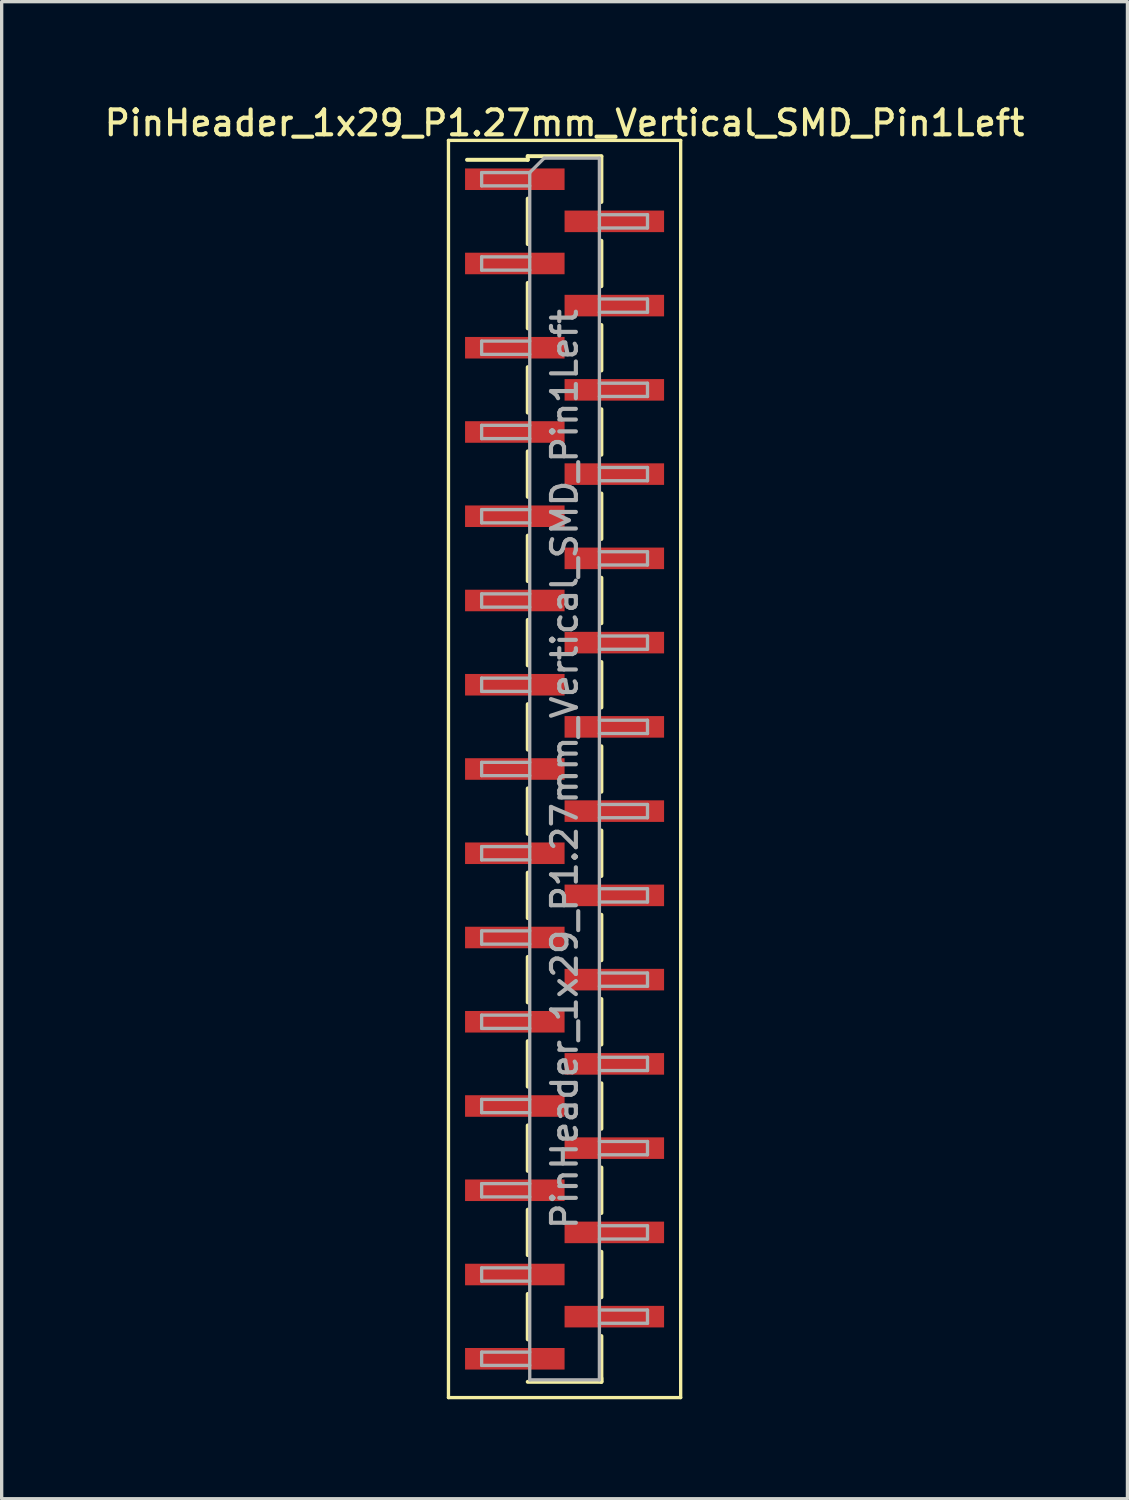
<source format=kicad_pcb>
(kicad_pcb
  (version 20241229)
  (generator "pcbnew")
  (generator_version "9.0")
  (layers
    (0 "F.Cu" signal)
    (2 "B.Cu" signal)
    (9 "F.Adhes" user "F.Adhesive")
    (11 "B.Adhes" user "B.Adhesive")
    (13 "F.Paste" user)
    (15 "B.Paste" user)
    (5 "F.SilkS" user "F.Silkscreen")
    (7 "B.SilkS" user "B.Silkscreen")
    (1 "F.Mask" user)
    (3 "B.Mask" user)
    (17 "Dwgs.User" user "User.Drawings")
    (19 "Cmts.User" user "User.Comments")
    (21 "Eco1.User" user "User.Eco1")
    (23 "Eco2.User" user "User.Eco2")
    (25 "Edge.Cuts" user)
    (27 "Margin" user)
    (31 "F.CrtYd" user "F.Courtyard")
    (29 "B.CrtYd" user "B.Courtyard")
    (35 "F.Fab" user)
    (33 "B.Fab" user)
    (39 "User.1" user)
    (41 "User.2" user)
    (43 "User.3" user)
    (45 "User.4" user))
  (footprint "PinHeader_1x29_P1.27mm_Vertical_SMD_Pin1Left"
    (layer "F.Cu")
    (at 13.97 20.133)
    (property "Reference" "PinHeader_1x29_P1.27mm_Vertical_SMD_Pin1Left" (at 0 -19.475 0) (layer "F.SilkS") (effects (font (size 0.75 0.75) (thickness 0.125))))
    (attr smd)
    (fp_line (start -3.5 -18.95) (end -3.5 18.95) (stroke (width 0.1) (type solid)) (layer "F.SilkS"))
    (fp_line (start -3.5 18.95) (end 3.5 18.95) (stroke (width 0.1) (type solid)) (layer "F.SilkS"))
    (fp_line (start -1.11 -18.475) (end -1.11 -18.365) (stroke (width 0.12) (type solid)) (layer "F.SilkS"))
    (fp_line (start -1.11 -18.475) (end 1.11 -18.475) (stroke (width 0.12) (type solid)) (layer "F.SilkS"))
    (fp_line (start -1.11 -18.365) (end -2.94 -18.365) (stroke (width 0.12) (type solid)) (layer "F.SilkS"))
    (fp_line (start -1.11 -17.195) (end -1.11 -15.825) (stroke (width 0.12) (type solid)) (layer "F.SilkS"))
    (fp_line (start -1.11 -14.655) (end -1.11 -13.285) (stroke (width 0.12) (type solid)) (layer "F.SilkS"))
    (fp_line (start -1.11 -12.115) (end -1.11 -10.745) (stroke (width 0.12) (type solid)) (layer "F.SilkS"))
    (fp_line (start -1.11 -9.575) (end -1.11 -8.205) (stroke (width 0.12) (type solid)) (layer "F.SilkS"))
    (fp_line (start -1.11 -7.035) (end -1.11 -5.665) (stroke (width 0.12) (type solid)) (layer "F.SilkS"))
    (fp_line (start -1.11 -4.495) (end -1.11 -3.125) (stroke (width 0.12) (type solid)) (layer "F.SilkS"))
    (fp_line (start -1.11 -1.955) (end -1.11 -0.585) (stroke (width 0.12) (type solid)) (layer "F.SilkS"))
    (fp_line (start -1.11 0.585) (end -1.11 1.955) (stroke (width 0.12) (type solid)) (layer "F.SilkS"))
    (fp_line (start -1.11 3.125) (end -1.11 4.495) (stroke (width 0.12) (type solid)) (layer "F.SilkS"))
    (fp_line (start -1.11 5.665) (end -1.11 7.035) (stroke (width 0.12) (type solid)) (layer "F.SilkS"))
    (fp_line (start -1.11 8.205) (end -1.11 9.575) (stroke (width 0.12) (type solid)) (layer "F.SilkS"))
    (fp_line (start -1.11 10.745) (end -1.11 12.115) (stroke (width 0.12) (type solid)) (layer "F.SilkS"))
    (fp_line (start -1.11 13.285) (end -1.11 14.655) (stroke (width 0.12) (type solid)) (layer "F.SilkS"))
    (fp_line (start -1.11 15.825) (end -1.11 17.195) (stroke (width 0.12) (type solid)) (layer "F.SilkS"))
    (fp_line (start -1.11 18.475) (end 1.11 18.475) (stroke (width 0.12) (type solid)) (layer "F.SilkS"))
    (fp_line (start 1.11 -18.465) (end 1.11 -17.095) (stroke (width 0.12) (type solid)) (layer "F.SilkS"))
    (fp_line (start 1.11 -15.925) (end 1.11 -14.555) (stroke (width 0.12) (type solid)) (layer "F.SilkS"))
    (fp_line (start 1.11 -13.385) (end 1.11 -12.015) (stroke (width 0.12) (type solid)) (layer "F.SilkS"))
    (fp_line (start 1.11 -10.845) (end 1.11 -9.475) (stroke (width 0.12) (type solid)) (layer "F.SilkS"))
    (fp_line (start 1.11 -8.305) (end 1.11 -6.935) (stroke (width 0.12) (type solid)) (layer "F.SilkS"))
    (fp_line (start 1.11 -5.765) (end 1.11 -4.395) (stroke (width 0.12) (type solid)) (layer "F.SilkS"))
    (fp_line (start 1.11 -3.225) (end 1.11 -1.855) (stroke (width 0.12) (type solid)) (layer "F.SilkS"))
    (fp_line (start 1.11 -0.685) (end 1.11 0.685) (stroke (width 0.12) (type solid)) (layer "F.SilkS"))
    (fp_line (start 1.11 1.855) (end 1.11 3.225) (stroke (width 0.12) (type solid)) (layer "F.SilkS"))
    (fp_line (start 1.11 4.395) (end 1.11 5.765) (stroke (width 0.12) (type solid)) (layer "F.SilkS"))
    (fp_line (start 1.11 6.935) (end 1.11 8.305) (stroke (width 0.12) (type solid)) (layer "F.SilkS"))
    (fp_line (start 1.11 9.475) (end 1.11 10.845) (stroke (width 0.12) (type solid)) (layer "F.SilkS"))
    (fp_line (start 1.11 12.015) (end 1.11 13.385) (stroke (width 0.12) (type solid)) (layer "F.SilkS"))
    (fp_line (start 1.11 14.555) (end 1.11 15.925) (stroke (width 0.12) (type solid)) (layer "F.SilkS"))
    (fp_line (start 1.11 17.095) (end 1.11 18.465) (stroke (width 0.12) (type solid)) (layer "F.SilkS"))
    (fp_line (start 1.11 18.365) (end 1.11 18.475) (stroke (width 0.12) (type solid)) (layer "F.SilkS"))
    (fp_line (start 3.5 -18.95) (end -3.5 -18.95) (stroke (width 0.1) (type solid)) (layer "F.SilkS"))
    (fp_line (start 3.5 18.95) (end 3.5 -18.95) (stroke (width 0.1) (type solid)) (layer "F.SilkS"))
    (fp_line (start -2.5 -17.98) (end -2.5 -17.58) (stroke (width 0.1) (type solid)) (layer "F.Fab"))
    (fp_line (start -2.5 -17.58) (end -1.05 -17.58) (stroke (width 0.1) (type solid)) (layer "F.Fab"))
    (fp_line (start -2.5 -15.44) (end -2.5 -15.04) (stroke (width 0.1) (type solid)) (layer "F.Fab"))
    (fp_line (start -2.5 -15.04) (end -1.05 -15.04) (stroke (width 0.1) (type solid)) (layer "F.Fab"))
    (fp_line (start -2.5 -12.9) (end -2.5 -12.5) (stroke (width 0.1) (type solid)) (layer "F.Fab"))
    (fp_line (start -2.5 -12.5) (end -1.05 -12.5) (stroke (width 0.1) (type solid)) (layer "F.Fab"))
    (fp_line (start -2.5 -10.36) (end -2.5 -9.96) (stroke (width 0.1) (type solid)) (layer "F.Fab"))
    (fp_line (start -2.5 -9.96) (end -1.05 -9.96) (stroke (width 0.1) (type solid)) (layer "F.Fab"))
    (fp_line (start -2.5 -7.82) (end -2.5 -7.42) (stroke (width 0.1) (type solid)) (layer "F.Fab"))
    (fp_line (start -2.5 -7.42) (end -1.05 -7.42) (stroke (width 0.1) (type solid)) (layer "F.Fab"))
    (fp_line (start -2.5 -5.28) (end -2.5 -4.88) (stroke (width 0.1) (type solid)) (layer "F.Fab"))
    (fp_line (start -2.5 -4.88) (end -1.05 -4.88) (stroke (width 0.1) (type solid)) (layer "F.Fab"))
    (fp_line (start -2.5 -2.74) (end -2.5 -2.34) (stroke (width 0.1) (type solid)) (layer "F.Fab"))
    (fp_line (start -2.5 -2.34) (end -1.05 -2.34) (stroke (width 0.1) (type solid)) (layer "F.Fab"))
    (fp_line (start -2.5 -0.2) (end -2.5 0.2) (stroke (width 0.1) (type solid)) (layer "F.Fab"))
    (fp_line (start -2.5 0.2) (end -1.05 0.2) (stroke (width 0.1) (type solid)) (layer "F.Fab"))
    (fp_line (start -2.5 2.34) (end -2.5 2.74) (stroke (width 0.1) (type solid)) (layer "F.Fab"))
    (fp_line (start -2.5 2.74) (end -1.05 2.74) (stroke (width 0.1) (type solid)) (layer "F.Fab"))
    (fp_line (start -2.5 4.88) (end -2.5 5.28) (stroke (width 0.1) (type solid)) (layer "F.Fab"))
    (fp_line (start -2.5 5.28) (end -1.05 5.28) (stroke (width 0.1) (type solid)) (layer "F.Fab"))
    (fp_line (start -2.5 7.42) (end -2.5 7.82) (stroke (width 0.1) (type solid)) (layer "F.Fab"))
    (fp_line (start -2.5 7.82) (end -1.05 7.82) (stroke (width 0.1) (type solid)) (layer "F.Fab"))
    (fp_line (start -2.5 9.96) (end -2.5 10.36) (stroke (width 0.1) (type solid)) (layer "F.Fab"))
    (fp_line (start -2.5 10.36) (end -1.05 10.36) (stroke (width 0.1) (type solid)) (layer "F.Fab"))
    (fp_line (start -2.5 12.5) (end -2.5 12.9) (stroke (width 0.1) (type solid)) (layer "F.Fab"))
    (fp_line (start -2.5 12.9) (end -1.05 12.9) (stroke (width 0.1) (type solid)) (layer "F.Fab"))
    (fp_line (start -2.5 15.04) (end -2.5 15.44) (stroke (width 0.1) (type solid)) (layer "F.Fab"))
    (fp_line (start -2.5 15.44) (end -1.05 15.44) (stroke (width 0.1) (type solid)) (layer "F.Fab"))
    (fp_line (start -2.5 17.58) (end -2.5 17.98) (stroke (width 0.1) (type solid)) (layer "F.Fab"))
    (fp_line (start -2.5 17.98) (end -1.05 17.98) (stroke (width 0.1) (type solid)) (layer "F.Fab"))
    (fp_line (start -1.05 -17.98) (end -2.5 -17.98) (stroke (width 0.1) (type solid)) (layer "F.Fab"))
    (fp_line (start -1.05 -17.98) (end -0.615 -18.415) (stroke (width 0.1) (type solid)) (layer "F.Fab"))
    (fp_line (start -1.05 -15.44) (end -2.5 -15.44) (stroke (width 0.1) (type solid)) (layer "F.Fab"))
    (fp_line (start -1.05 -12.9) (end -2.5 -12.9) (stroke (width 0.1) (type solid)) (layer "F.Fab"))
    (fp_line (start -1.05 -10.36) (end -2.5 -10.36) (stroke (width 0.1) (type solid)) (layer "F.Fab"))
    (fp_line (start -1.05 -7.82) (end -2.5 -7.82) (stroke (width 0.1) (type solid)) (layer "F.Fab"))
    (fp_line (start -1.05 -5.28) (end -2.5 -5.28) (stroke (width 0.1) (type solid)) (layer "F.Fab"))
    (fp_line (start -1.05 -2.74) (end -2.5 -2.74) (stroke (width 0.1) (type solid)) (layer "F.Fab"))
    (fp_line (start -1.05 -0.2) (end -2.5 -0.2) (stroke (width 0.1) (type solid)) (layer "F.Fab"))
    (fp_line (start -1.05 2.34) (end -2.5 2.34) (stroke (width 0.1) (type solid)) (layer "F.Fab"))
    (fp_line (start -1.05 4.88) (end -2.5 4.88) (stroke (width 0.1) (type solid)) (layer "F.Fab"))
    (fp_line (start -1.05 7.42) (end -2.5 7.42) (stroke (width 0.1) (type solid)) (layer "F.Fab"))
    (fp_line (start -1.05 9.96) (end -2.5 9.96) (stroke (width 0.1) (type solid)) (layer "F.Fab"))
    (fp_line (start -1.05 12.5) (end -2.5 12.5) (stroke (width 0.1) (type solid)) (layer "F.Fab"))
    (fp_line (start -1.05 15.04) (end -2.5 15.04) (stroke (width 0.1) (type solid)) (layer "F.Fab"))
    (fp_line (start -1.05 17.58) (end -2.5 17.58) (stroke (width 0.1) (type solid)) (layer "F.Fab"))
    (fp_line (start -1.05 18.415) (end -1.05 -17.98) (stroke (width 0.1) (type solid)) (layer "F.Fab"))
    (fp_line (start -0.615 -18.415) (end 1.05 -18.415) (stroke (width 0.1) (type solid)) (layer "F.Fab"))
    (fp_line (start 1.05 -18.415) (end 1.05 18.415) (stroke (width 0.1) (type solid)) (layer "F.Fab"))
    (fp_line (start 1.05 -16.71) (end 2.5 -16.71) (stroke (width 0.1) (type solid)) (layer "F.Fab"))
    (fp_line (start 1.05 -14.17) (end 2.5 -14.17) (stroke (width 0.1) (type solid)) (layer "F.Fab"))
    (fp_line (start 1.05 -11.63) (end 2.5 -11.63) (stroke (width 0.1) (type solid)) (layer "F.Fab"))
    (fp_line (start 1.05 -9.09) (end 2.5 -9.09) (stroke (width 0.1) (type solid)) (layer "F.Fab"))
    (fp_line (start 1.05 -6.55) (end 2.5 -6.55) (stroke (width 0.1) (type solid)) (layer "F.Fab"))
    (fp_line (start 1.05 -4.01) (end 2.5 -4.01) (stroke (width 0.1) (type solid)) (layer "F.Fab"))
    (fp_line (start 1.05 -1.47) (end 2.5 -1.47) (stroke (width 0.1) (type solid)) (layer "F.Fab"))
    (fp_line (start 1.05 1.07) (end 2.5 1.07) (stroke (width 0.1) (type solid)) (layer "F.Fab"))
    (fp_line (start 1.05 3.61) (end 2.5 3.61) (stroke (width 0.1) (type solid)) (layer "F.Fab"))
    (fp_line (start 1.05 6.15) (end 2.5 6.15) (stroke (width 0.1) (type solid)) (layer "F.Fab"))
    (fp_line (start 1.05 8.69) (end 2.5 8.69) (stroke (width 0.1) (type solid)) (layer "F.Fab"))
    (fp_line (start 1.05 11.23) (end 2.5 11.23) (stroke (width 0.1) (type solid)) (layer "F.Fab"))
    (fp_line (start 1.05 13.77) (end 2.5 13.77) (stroke (width 0.1) (type solid)) (layer "F.Fab"))
    (fp_line (start 1.05 16.31) (end 2.5 16.31) (stroke (width 0.1) (type solid)) (layer "F.Fab"))
    (fp_line (start 1.05 18.415) (end -1.05 18.415) (stroke (width 0.1) (type solid)) (layer "F.Fab"))
    (fp_line (start 2.5 -16.71) (end 2.5 -16.31) (stroke (width 0.1) (type solid)) (layer "F.Fab"))
    (fp_line (start 2.5 -16.31) (end 1.05 -16.31) (stroke (width 0.1) (type solid)) (layer "F.Fab"))
    (fp_line (start 2.5 -14.17) (end 2.5 -13.77) (stroke (width 0.1) (type solid)) (layer "F.Fab"))
    (fp_line (start 2.5 -13.77) (end 1.05 -13.77) (stroke (width 0.1) (type solid)) (layer "F.Fab"))
    (fp_line (start 2.5 -11.63) (end 2.5 -11.23) (stroke (width 0.1) (type solid)) (layer "F.Fab"))
    (fp_line (start 2.5 -11.23) (end 1.05 -11.23) (stroke (width 0.1) (type solid)) (layer "F.Fab"))
    (fp_line (start 2.5 -9.09) (end 2.5 -8.69) (stroke (width 0.1) (type solid)) (layer "F.Fab"))
    (fp_line (start 2.5 -8.69) (end 1.05 -8.69) (stroke (width 0.1) (type solid)) (layer "F.Fab"))
    (fp_line (start 2.5 -6.55) (end 2.5 -6.15) (stroke (width 0.1) (type solid)) (layer "F.Fab"))
    (fp_line (start 2.5 -6.15) (end 1.05 -6.15) (stroke (width 0.1) (type solid)) (layer "F.Fab"))
    (fp_line (start 2.5 -4.01) (end 2.5 -3.61) (stroke (width 0.1) (type solid)) (layer "F.Fab"))
    (fp_line (start 2.5 -3.61) (end 1.05 -3.61) (stroke (width 0.1) (type solid)) (layer "F.Fab"))
    (fp_line (start 2.5 -1.47) (end 2.5 -1.07) (stroke (width 0.1) (type solid)) (layer "F.Fab"))
    (fp_line (start 2.5 -1.07) (end 1.05 -1.07) (stroke (width 0.1) (type solid)) (layer "F.Fab"))
    (fp_line (start 2.5 1.07) (end 2.5 1.47) (stroke (width 0.1) (type solid)) (layer "F.Fab"))
    (fp_line (start 2.5 1.47) (end 1.05 1.47) (stroke (width 0.1) (type solid)) (layer "F.Fab"))
    (fp_line (start 2.5 3.61) (end 2.5 4.01) (stroke (width 0.1) (type solid)) (layer "F.Fab"))
    (fp_line (start 2.5 4.01) (end 1.05 4.01) (stroke (width 0.1) (type solid)) (layer "F.Fab"))
    (fp_line (start 2.5 6.15) (end 2.5 6.55) (stroke (width 0.1) (type solid)) (layer "F.Fab"))
    (fp_line (start 2.5 6.55) (end 1.05 6.55) (stroke (width 0.1) (type solid)) (layer "F.Fab"))
    (fp_line (start 2.5 8.69) (end 2.5 9.09) (stroke (width 0.1) (type solid)) (layer "F.Fab"))
    (fp_line (start 2.5 9.09) (end 1.05 9.09) (stroke (width 0.1) (type solid)) (layer "F.Fab"))
    (fp_line (start 2.5 11.23) (end 2.5 11.63) (stroke (width 0.1) (type solid)) (layer "F.Fab"))
    (fp_line (start 2.5 11.63) (end 1.05 11.63) (stroke (width 0.1) (type solid)) (layer "F.Fab"))
    (fp_line (start 2.5 13.77) (end 2.5 14.17) (stroke (width 0.1) (type solid)) (layer "F.Fab"))
    (fp_line (start 2.5 14.17) (end 1.05 14.17) (stroke (width 0.1) (type solid)) (layer "F.Fab"))
    (fp_line (start 2.5 16.31) (end 2.5 16.71) (stroke (width 0.1) (type solid)) (layer "F.Fab"))
    (fp_line (start 2.5 16.71) (end 1.05 16.71) (stroke (width 0.1) (type solid)) (layer "F.Fab"))
    (fp_text user "${REFERENCE}" (at 0 0 90) (layer "F.Fab") (effects (font (size 0.75 0.75) (thickness 0.125))))
    (pad "1" smd rect (at -1.5 -17.78) (size 3 0.65) (layers "F.Cu" "F.Mask" "F.Paste"))
    (pad "2" smd rect (at 1.5 -16.51) (size 3 0.65) (layers "F.Cu" "F.Mask" "F.Paste"))
    (pad "3" smd rect (at -1.5 -15.24) (size 3 0.65) (layers "F.Cu" "F.Mask" "F.Paste"))
    (pad "4" smd rect (at 1.5 -13.97) (size 3 0.65) (layers "F.Cu" "F.Mask" "F.Paste"))
    (pad "5" smd rect (at -1.5 -12.7) (size 3 0.65) (layers "F.Cu" "F.Mask" "F.Paste"))
    (pad "6" smd rect (at 1.5 -11.43) (size 3 0.65) (layers "F.Cu" "F.Mask" "F.Paste"))
    (pad "7" smd rect (at -1.5 -10.16) (size 3 0.65) (layers "F.Cu" "F.Mask" "F.Paste"))
    (pad "8" smd rect (at 1.5 -8.89) (size 3 0.65) (layers "F.Cu" "F.Mask" "F.Paste"))
    (pad "9" smd rect (at -1.5 -7.62) (size 3 0.65) (layers "F.Cu" "F.Mask" "F.Paste"))
    (pad "10" smd rect (at 1.5 -6.35) (size 3 0.65) (layers "F.Cu" "F.Mask" "F.Paste"))
    (pad "11" smd rect (at -1.5 -5.08) (size 3 0.65) (layers "F.Cu" "F.Mask" "F.Paste"))
    (pad "12" smd rect (at 1.5 -3.81) (size 3 0.65) (layers "F.Cu" "F.Mask" "F.Paste"))
    (pad "13" smd rect (at -1.5 -2.54) (size 3 0.65) (layers "F.Cu" "F.Mask" "F.Paste"))
    (pad "14" smd rect (at 1.5 -1.27) (size 3 0.65) (layers "F.Cu" "F.Mask" "F.Paste"))
    (pad "15" smd rect (at -1.5 0) (size 3 0.65) (layers "F.Cu" "F.Mask" "F.Paste"))
    (pad "16" smd rect (at 1.5 1.27) (size 3 0.65) (layers "F.Cu" "F.Mask" "F.Paste"))
    (pad "17" smd rect (at -1.5 2.54) (size 3 0.65) (layers "F.Cu" "F.Mask" "F.Paste"))
    (pad "18" smd rect (at 1.5 3.81) (size 3 0.65) (layers "F.Cu" "F.Mask" "F.Paste"))
    (pad "19" smd rect (at -1.5 5.08) (size 3 0.65) (layers "F.Cu" "F.Mask" "F.Paste"))
    (pad "20" smd rect (at 1.5 6.35) (size 3 0.65) (layers "F.Cu" "F.Mask" "F.Paste"))
    (pad "21" smd rect (at -1.5 7.62) (size 3 0.65) (layers "F.Cu" "F.Mask" "F.Paste"))
    (pad "22" smd rect (at 1.5 8.89) (size 3 0.65) (layers "F.Cu" "F.Mask" "F.Paste"))
    (pad "23" smd rect (at -1.5 10.16) (size 3 0.65) (layers "F.Cu" "F.Mask" "F.Paste"))
    (pad "24" smd rect (at 1.5 11.43) (size 3 0.65) (layers "F.Cu" "F.Mask" "F.Paste"))
    (pad "25" smd rect (at -1.5 12.7) (size 3 0.65) (layers "F.Cu" "F.Mask" "F.Paste"))
    (pad "26" smd rect (at 1.5 13.97) (size 3 0.65) (layers "F.Cu" "F.Mask" "F.Paste"))
    (pad "27" smd rect (at -1.5 15.24) (size 3 0.65) (layers "F.Cu" "F.Mask" "F.Paste"))
    (pad "28" smd rect (at 1.5 16.51) (size 3 0.65) (layers "F.Cu" "F.Mask" "F.Paste"))
    (pad "29" smd rect (at -1.5 17.78) (size 3 0.65) (layers "F.Cu" "F.Mask" "F.Paste")))
  (gr_rect
    (start -3 -3)
    (end 30.939 42.133)
    (stroke (width 0.1) (type default))
    (fill no)
    (layer "Edge.Cuts")))
</source>
